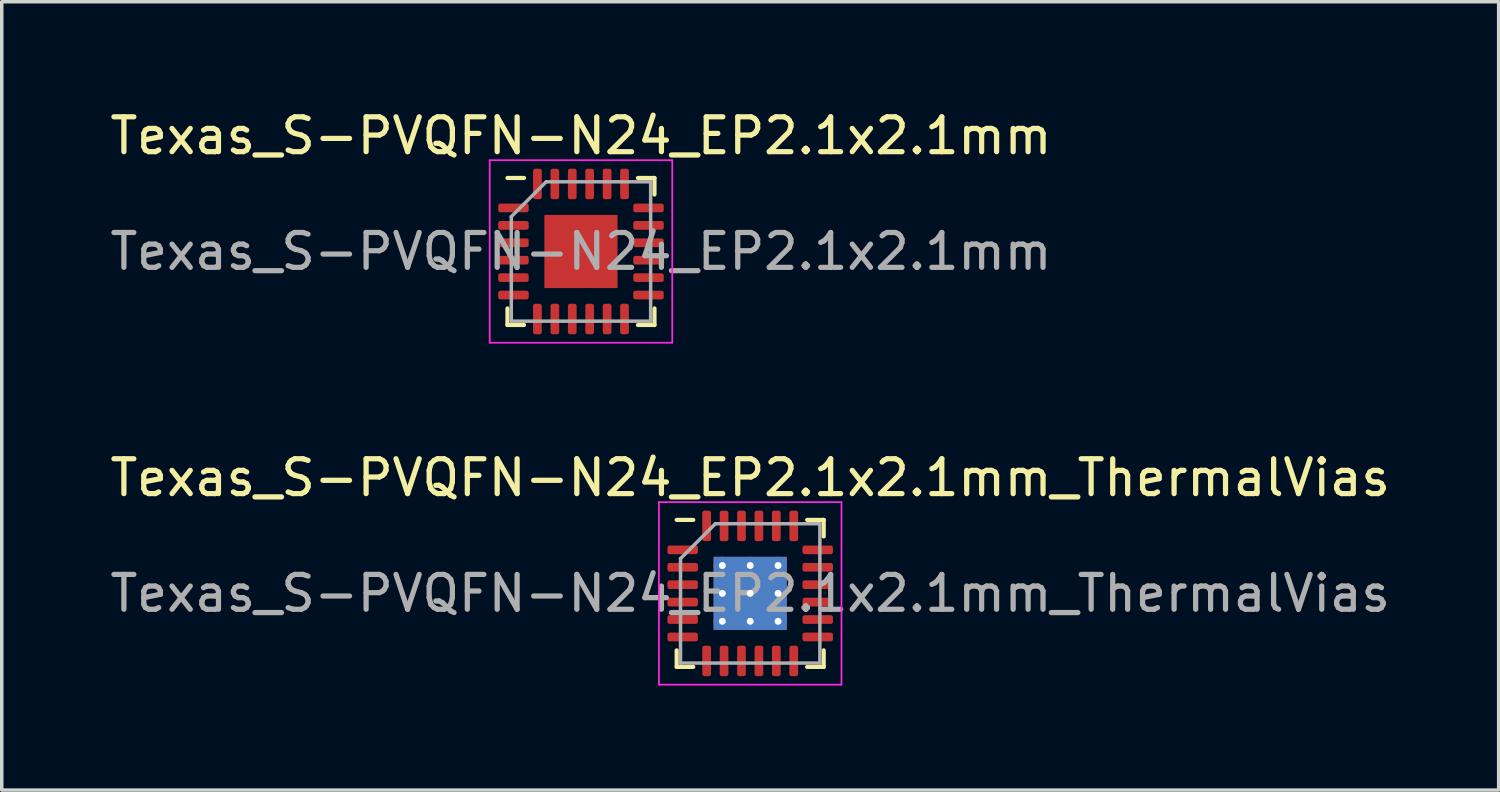
<source format=kicad_pcb>
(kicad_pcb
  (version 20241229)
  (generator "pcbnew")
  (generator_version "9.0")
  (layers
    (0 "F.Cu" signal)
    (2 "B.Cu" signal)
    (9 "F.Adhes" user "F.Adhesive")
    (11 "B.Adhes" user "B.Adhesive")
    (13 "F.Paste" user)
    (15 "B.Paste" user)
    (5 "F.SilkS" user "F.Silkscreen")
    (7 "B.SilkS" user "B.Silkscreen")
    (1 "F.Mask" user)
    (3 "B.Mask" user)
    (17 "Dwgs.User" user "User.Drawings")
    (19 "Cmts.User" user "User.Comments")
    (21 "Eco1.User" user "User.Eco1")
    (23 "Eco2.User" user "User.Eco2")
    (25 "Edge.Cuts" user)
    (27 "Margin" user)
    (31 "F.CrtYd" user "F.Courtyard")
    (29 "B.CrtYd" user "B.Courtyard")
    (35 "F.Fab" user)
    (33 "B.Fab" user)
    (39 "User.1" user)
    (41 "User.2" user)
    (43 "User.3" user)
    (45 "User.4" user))
  (footprint "Texas_S-PVQFN-N24_EP2.1x2.1mm_ThermalVias"
    (layer "F.Cu")
    (at 18.482 13.982)
    (property "Reference" "Texas_S-PVQFN-N24_EP2.1x2.1mm_ThermalVias" (at 0 -3.32 0) (layer "F.SilkS") (effects (font (size 1 1) (thickness 0.15))))
    (attr smd)
    (fp_line (start -2.11 2.11) (end -2.11 1.635) (stroke (width 0.12) (type solid)) (layer "F.SilkS"))
    (fp_line (start -1.635 -2.11) (end -2.11 -2.11) (stroke (width 0.12) (type solid)) (layer "F.SilkS"))
    (fp_line (start -1.635 2.11) (end -2.11 2.11) (stroke (width 0.12) (type solid)) (layer "F.SilkS"))
    (fp_line (start 1.635 -2.11) (end 2.11 -2.11) (stroke (width 0.12) (type solid)) (layer "F.SilkS"))
    (fp_line (start 1.635 2.11) (end 2.11 2.11) (stroke (width 0.12) (type solid)) (layer "F.SilkS"))
    (fp_line (start 2.11 -2.11) (end 2.11 -1.635) (stroke (width 0.12) (type solid)) (layer "F.SilkS"))
    (fp_line (start 2.11 2.11) (end 2.11 1.635) (stroke (width 0.12) (type solid)) (layer "F.SilkS"))
    (fp_line (start -2.62 -2.62) (end -2.62 2.62) (stroke (width 0.05) (type solid)) (layer "F.CrtYd"))
    (fp_line (start -2.62 2.62) (end 2.62 2.62) (stroke (width 0.05) (type solid)) (layer "F.CrtYd"))
    (fp_line (start 2.62 -2.62) (end -2.62 -2.62) (stroke (width 0.05) (type solid)) (layer "F.CrtYd"))
    (fp_line (start 2.62 2.62) (end 2.62 -2.62) (stroke (width 0.05) (type solid)) (layer "F.CrtYd"))
    (fp_line (start -2 -1) (end -1 -2) (stroke (width 0.1) (type solid)) (layer "F.Fab"))
    (fp_line (start -2 2) (end -2 -1) (stroke (width 0.1) (type solid)) (layer "F.Fab"))
    (fp_line (start -1 -2) (end 2 -2) (stroke (width 0.1) (type solid)) (layer "F.Fab"))
    (fp_line (start 2 -2) (end 2 2) (stroke (width 0.1) (type solid)) (layer "F.Fab"))
    (fp_line (start 2 2) (end -2 2) (stroke (width 0.1) (type solid)) (layer "F.Fab"))
    (fp_text user "${REFERENCE}" (at 0 0 0) (layer "F.Fab") (effects (font (size 1 1) (thickness 0.15))))
    (pad "" smd roundrect (at -0.525 -0.525) (size 0.88 0.88) (layers "F.Paste") (roundrect_rratio 0.25))
    (pad "" smd roundrect (at -0.525 0.525) (size 0.88 0.88) (layers "F.Paste") (roundrect_rratio 0.25))
    (pad "" smd roundrect (at 0.525 -0.525) (size 0.88 0.88) (layers "F.Paste") (roundrect_rratio 0.25))
    (pad "" smd roundrect (at 0.525 0.525) (size 0.88 0.88) (layers "F.Paste") (roundrect_rratio 0.25))
    (pad "1" smd roundrect (at -1.938 -1.25) (size 0.875 0.25) (layers "F.Cu" "F.Mask" "F.Paste") (roundrect_rratio 0.25))
    (pad "2" smd roundrect (at -1.938 -0.75) (size 0.875 0.25) (layers "F.Cu" "F.Mask" "F.Paste") (roundrect_rratio 0.25))
    (pad "3" smd roundrect (at -1.938 -0.25) (size 0.875 0.25) (layers "F.Cu" "F.Mask" "F.Paste") (roundrect_rratio 0.25))
    (pad "4" smd roundrect (at -1.938 0.25) (size 0.875 0.25) (layers "F.Cu" "F.Mask" "F.Paste") (roundrect_rratio 0.25))
    (pad "5" smd roundrect (at -1.938 0.75) (size 0.875 0.25) (layers "F.Cu" "F.Mask" "F.Paste") (roundrect_rratio 0.25))
    (pad "6" smd roundrect (at -1.938 1.25) (size 0.875 0.25) (layers "F.Cu" "F.Mask" "F.Paste") (roundrect_rratio 0.25))
    (pad "7" smd roundrect (at -1.25 1.938) (size 0.25 0.875) (layers "F.Cu" "F.Mask" "F.Paste") (roundrect_rratio 0.25))
    (pad "8" smd roundrect (at -0.75 1.938) (size 0.25 0.875) (layers "F.Cu" "F.Mask" "F.Paste") (roundrect_rratio 0.25))
    (pad "9" smd roundrect (at -0.25 1.938) (size 0.25 0.875) (layers "F.Cu" "F.Mask" "F.Paste") (roundrect_rratio 0.25))
    (pad "10" smd roundrect (at 0.25 1.938) (size 0.25 0.875) (layers "F.Cu" "F.Mask" "F.Paste") (roundrect_rratio 0.25))
    (pad "11" smd roundrect (at 0.75 1.938) (size 0.25 0.875) (layers "F.Cu" "F.Mask" "F.Paste") (roundrect_rratio 0.25))
    (pad "12" smd roundrect (at 1.25 1.938) (size 0.25 0.875) (layers "F.Cu" "F.Mask" "F.Paste") (roundrect_rratio 0.25))
    (pad "13" smd roundrect (at 1.938 1.25) (size 0.875 0.25) (layers "F.Cu" "F.Mask" "F.Paste") (roundrect_rratio 0.25))
    (pad "14" smd roundrect (at 1.938 0.75) (size 0.875 0.25) (layers "F.Cu" "F.Mask" "F.Paste") (roundrect_rratio 0.25))
    (pad "15" smd roundrect (at 1.938 0.25) (size 0.875 0.25) (layers "F.Cu" "F.Mask" "F.Paste") (roundrect_rratio 0.25))
    (pad "16" smd roundrect (at 1.938 -0.25) (size 0.875 0.25) (layers "F.Cu" "F.Mask" "F.Paste") (roundrect_rratio 0.25))
    (pad "17" smd roundrect (at 1.938 -0.75) (size 0.875 0.25) (layers "F.Cu" "F.Mask" "F.Paste") (roundrect_rratio 0.25))
    (pad "18" smd roundrect (at 1.938 -1.25) (size 0.875 0.25) (layers "F.Cu" "F.Mask" "F.Paste") (roundrect_rratio 0.25))
    (pad "19" smd roundrect (at 1.25 -1.938) (size 0.25 0.875) (layers "F.Cu" "F.Mask" "F.Paste") (roundrect_rratio 0.25))
    (pad "20" smd roundrect (at 0.75 -1.938) (size 0.25 0.875) (layers "F.Cu" "F.Mask" "F.Paste") (roundrect_rratio 0.25))
    (pad "21" smd roundrect (at 0.25 -1.938) (size 0.25 0.875) (layers "F.Cu" "F.Mask" "F.Paste") (roundrect_rratio 0.25))
    (pad "22" smd roundrect (at -0.25 -1.938) (size 0.25 0.875) (layers "F.Cu" "F.Mask" "F.Paste") (roundrect_rratio 0.25))
    (pad "23" smd roundrect (at -0.75 -1.938) (size 0.25 0.875) (layers "F.Cu" "F.Mask" "F.Paste") (roundrect_rratio 0.25))
    (pad "24" smd roundrect (at -1.25 -1.938) (size 0.25 0.875) (layers "F.Cu" "F.Mask" "F.Paste") (roundrect_rratio 0.25))
    (pad "25" thru_hole circle (at -0.8 -0.8) (size 0.5 0.5) (drill 0.2) (layers "*.Cu"))
    (pad "25" thru_hole circle (at -0.8 0) (size 0.5 0.5) (drill 0.2) (layers "*.Cu"))
    (pad "25" thru_hole circle (at -0.8 0.8) (size 0.5 0.5) (drill 0.2) (layers "*.Cu"))
    (pad "25" thru_hole circle (at 0 -0.8) (size 0.5 0.5) (drill 0.2) (layers "*.Cu"))
    (pad "25" thru_hole circle (at 0 0) (size 0.5 0.5) (drill 0.2) (layers "*.Cu"))
    (pad "25" smd rect (at 0 0) (size 2.1 2.1) (layers "F.Cu" "F.Mask"))
    (pad "25" smd rect (at 0 0) (size 2.1 2.1) (layers "B.Cu"))
    (pad "25" thru_hole circle (at 0 0.8) (size 0.5 0.5) (drill 0.2) (layers "*.Cu"))
    (pad "25" thru_hole circle (at 0.8 -0.8) (size 0.5 0.5) (drill 0.2) (layers "*.Cu"))
    (pad "25" thru_hole circle (at 0.8 0) (size 0.5 0.5) (drill 0.2) (layers "*.Cu"))
    (pad "25" thru_hole circle (at 0.8 0.8) (size 0.5 0.5) (drill 0.2) (layers "*.Cu")))
  (footprint "Texas_S-PVQFN-N24_EP2.1x2.1mm"
    (layer "F.Cu")
    (at 13.625 4.168)
    (property "Reference" "Texas_S-PVQFN-N24_EP2.1x2.1mm" (at 0 -3.32 0) (layer "F.SilkS") (effects (font (size 1 1) (thickness 0.15))))
    (attr smd)
    (fp_line (start -2.11 2.11) (end -2.11 1.635) (stroke (width 0.12) (type solid)) (layer "F.SilkS"))
    (fp_line (start -1.635 -2.11) (end -2.11 -2.11) (stroke (width 0.12) (type solid)) (layer "F.SilkS"))
    (fp_line (start -1.635 2.11) (end -2.11 2.11) (stroke (width 0.12) (type solid)) (layer "F.SilkS"))
    (fp_line (start 1.635 -2.11) (end 2.11 -2.11) (stroke (width 0.12) (type solid)) (layer "F.SilkS"))
    (fp_line (start 1.635 2.11) (end 2.11 2.11) (stroke (width 0.12) (type solid)) (layer "F.SilkS"))
    (fp_line (start 2.11 -2.11) (end 2.11 -1.635) (stroke (width 0.12) (type solid)) (layer "F.SilkS"))
    (fp_line (start 2.11 2.11) (end 2.11 1.635) (stroke (width 0.12) (type solid)) (layer "F.SilkS"))
    (fp_line (start -2.62 -2.62) (end -2.62 2.62) (stroke (width 0.05) (type solid)) (layer "F.CrtYd"))
    (fp_line (start -2.62 2.62) (end 2.62 2.62) (stroke (width 0.05) (type solid)) (layer "F.CrtYd"))
    (fp_line (start 2.62 -2.62) (end -2.62 -2.62) (stroke (width 0.05) (type solid)) (layer "F.CrtYd"))
    (fp_line (start 2.62 2.62) (end 2.62 -2.62) (stroke (width 0.05) (type solid)) (layer "F.CrtYd"))
    (fp_line (start -2 -1) (end -1 -2) (stroke (width 0.1) (type solid)) (layer "F.Fab"))
    (fp_line (start -2 2) (end -2 -1) (stroke (width 0.1) (type solid)) (layer "F.Fab"))
    (fp_line (start -1 -2) (end 2 -2) (stroke (width 0.1) (type solid)) (layer "F.Fab"))
    (fp_line (start 2 -2) (end 2 2) (stroke (width 0.1) (type solid)) (layer "F.Fab"))
    (fp_line (start 2 2) (end -2 2) (stroke (width 0.1) (type solid)) (layer "F.Fab"))
    (fp_text user "${REFERENCE}" (at 0 0 0) (layer "F.Fab") (effects (font (size 1 1) (thickness 0.15))))
    (pad "" smd roundrect (at -0.525 -0.525) (size 0.85 0.85) (layers "F.Paste") (roundrect_rratio 0.25))
    (pad "" smd roundrect (at -0.525 0.525) (size 0.85 0.85) (layers "F.Paste") (roundrect_rratio 0.25))
    (pad "" smd roundrect (at 0.525 -0.525) (size 0.85 0.85) (layers "F.Paste") (roundrect_rratio 0.25))
    (pad "" smd roundrect (at 0.525 0.525) (size 0.85 0.85) (layers "F.Paste") (roundrect_rratio 0.25))
    (pad "1" smd roundrect (at -1.938 -1.25) (size 0.875 0.25) (layers "F.Cu" "F.Mask" "F.Paste") (roundrect_rratio 0.25))
    (pad "2" smd roundrect (at -1.938 -0.75) (size 0.875 0.25) (layers "F.Cu" "F.Mask" "F.Paste") (roundrect_rratio 0.25))
    (pad "3" smd roundrect (at -1.938 -0.25) (size 0.875 0.25) (layers "F.Cu" "F.Mask" "F.Paste") (roundrect_rratio 0.25))
    (pad "4" smd roundrect (at -1.938 0.25) (size 0.875 0.25) (layers "F.Cu" "F.Mask" "F.Paste") (roundrect_rratio 0.25))
    (pad "5" smd roundrect (at -1.938 0.75) (size 0.875 0.25) (layers "F.Cu" "F.Mask" "F.Paste") (roundrect_rratio 0.25))
    (pad "6" smd roundrect (at -1.938 1.25) (size 0.875 0.25) (layers "F.Cu" "F.Mask" "F.Paste") (roundrect_rratio 0.25))
    (pad "7" smd roundrect (at -1.25 1.938) (size 0.25 0.875) (layers "F.Cu" "F.Mask" "F.Paste") (roundrect_rratio 0.25))
    (pad "8" smd roundrect (at -0.75 1.938) (size 0.25 0.875) (layers "F.Cu" "F.Mask" "F.Paste") (roundrect_rratio 0.25))
    (pad "9" smd roundrect (at -0.25 1.938) (size 0.25 0.875) (layers "F.Cu" "F.Mask" "F.Paste") (roundrect_rratio 0.25))
    (pad "10" smd roundrect (at 0.25 1.938) (size 0.25 0.875) (layers "F.Cu" "F.Mask" "F.Paste") (roundrect_rratio 0.25))
    (pad "11" smd roundrect (at 0.75 1.938) (size 0.25 0.875) (layers "F.Cu" "F.Mask" "F.Paste") (roundrect_rratio 0.25))
    (pad "12" smd roundrect (at 1.25 1.938) (size 0.25 0.875) (layers "F.Cu" "F.Mask" "F.Paste") (roundrect_rratio 0.25))
    (pad "13" smd roundrect (at 1.938 1.25) (size 0.875 0.25) (layers "F.Cu" "F.Mask" "F.Paste") (roundrect_rratio 0.25))
    (pad "14" smd roundrect (at 1.938 0.75) (size 0.875 0.25) (layers "F.Cu" "F.Mask" "F.Paste") (roundrect_rratio 0.25))
    (pad "15" smd roundrect (at 1.938 0.25) (size 0.875 0.25) (layers "F.Cu" "F.Mask" "F.Paste") (roundrect_rratio 0.25))
    (pad "16" smd roundrect (at 1.938 -0.25) (size 0.875 0.25) (layers "F.Cu" "F.Mask" "F.Paste") (roundrect_rratio 0.25))
    (pad "17" smd roundrect (at 1.938 -0.75) (size 0.875 0.25) (layers "F.Cu" "F.Mask" "F.Paste") (roundrect_rratio 0.25))
    (pad "18" smd roundrect (at 1.938 -1.25) (size 0.875 0.25) (layers "F.Cu" "F.Mask" "F.Paste") (roundrect_rratio 0.25))
    (pad "19" smd roundrect (at 1.25 -1.938) (size 0.25 0.875) (layers "F.Cu" "F.Mask" "F.Paste") (roundrect_rratio 0.25))
    (pad "20" smd roundrect (at 0.75 -1.938) (size 0.25 0.875) (layers "F.Cu" "F.Mask" "F.Paste") (roundrect_rratio 0.25))
    (pad "21" smd roundrect (at 0.25 -1.938) (size 0.25 0.875) (layers "F.Cu" "F.Mask" "F.Paste") (roundrect_rratio 0.25))
    (pad "22" smd roundrect (at -0.25 -1.938) (size 0.25 0.875) (layers "F.Cu" "F.Mask" "F.Paste") (roundrect_rratio 0.25))
    (pad "23" smd roundrect (at -0.75 -1.938) (size 0.25 0.875) (layers "F.Cu" "F.Mask" "F.Paste") (roundrect_rratio 0.25))
    (pad "24" smd roundrect (at -1.25 -1.938) (size 0.25 0.875) (layers "F.Cu" "F.Mask" "F.Paste") (roundrect_rratio 0.25))
    (pad "25" smd rect (at 0 0) (size 2.1 2.1) (layers "F.Cu" "F.Mask")))
  (gr_rect
    (start -3 -3)
    (end 39.964 19.627)
    (stroke (width 0.1) (type default))
    (fill no)
    (layer "Edge.Cuts")))
</source>
